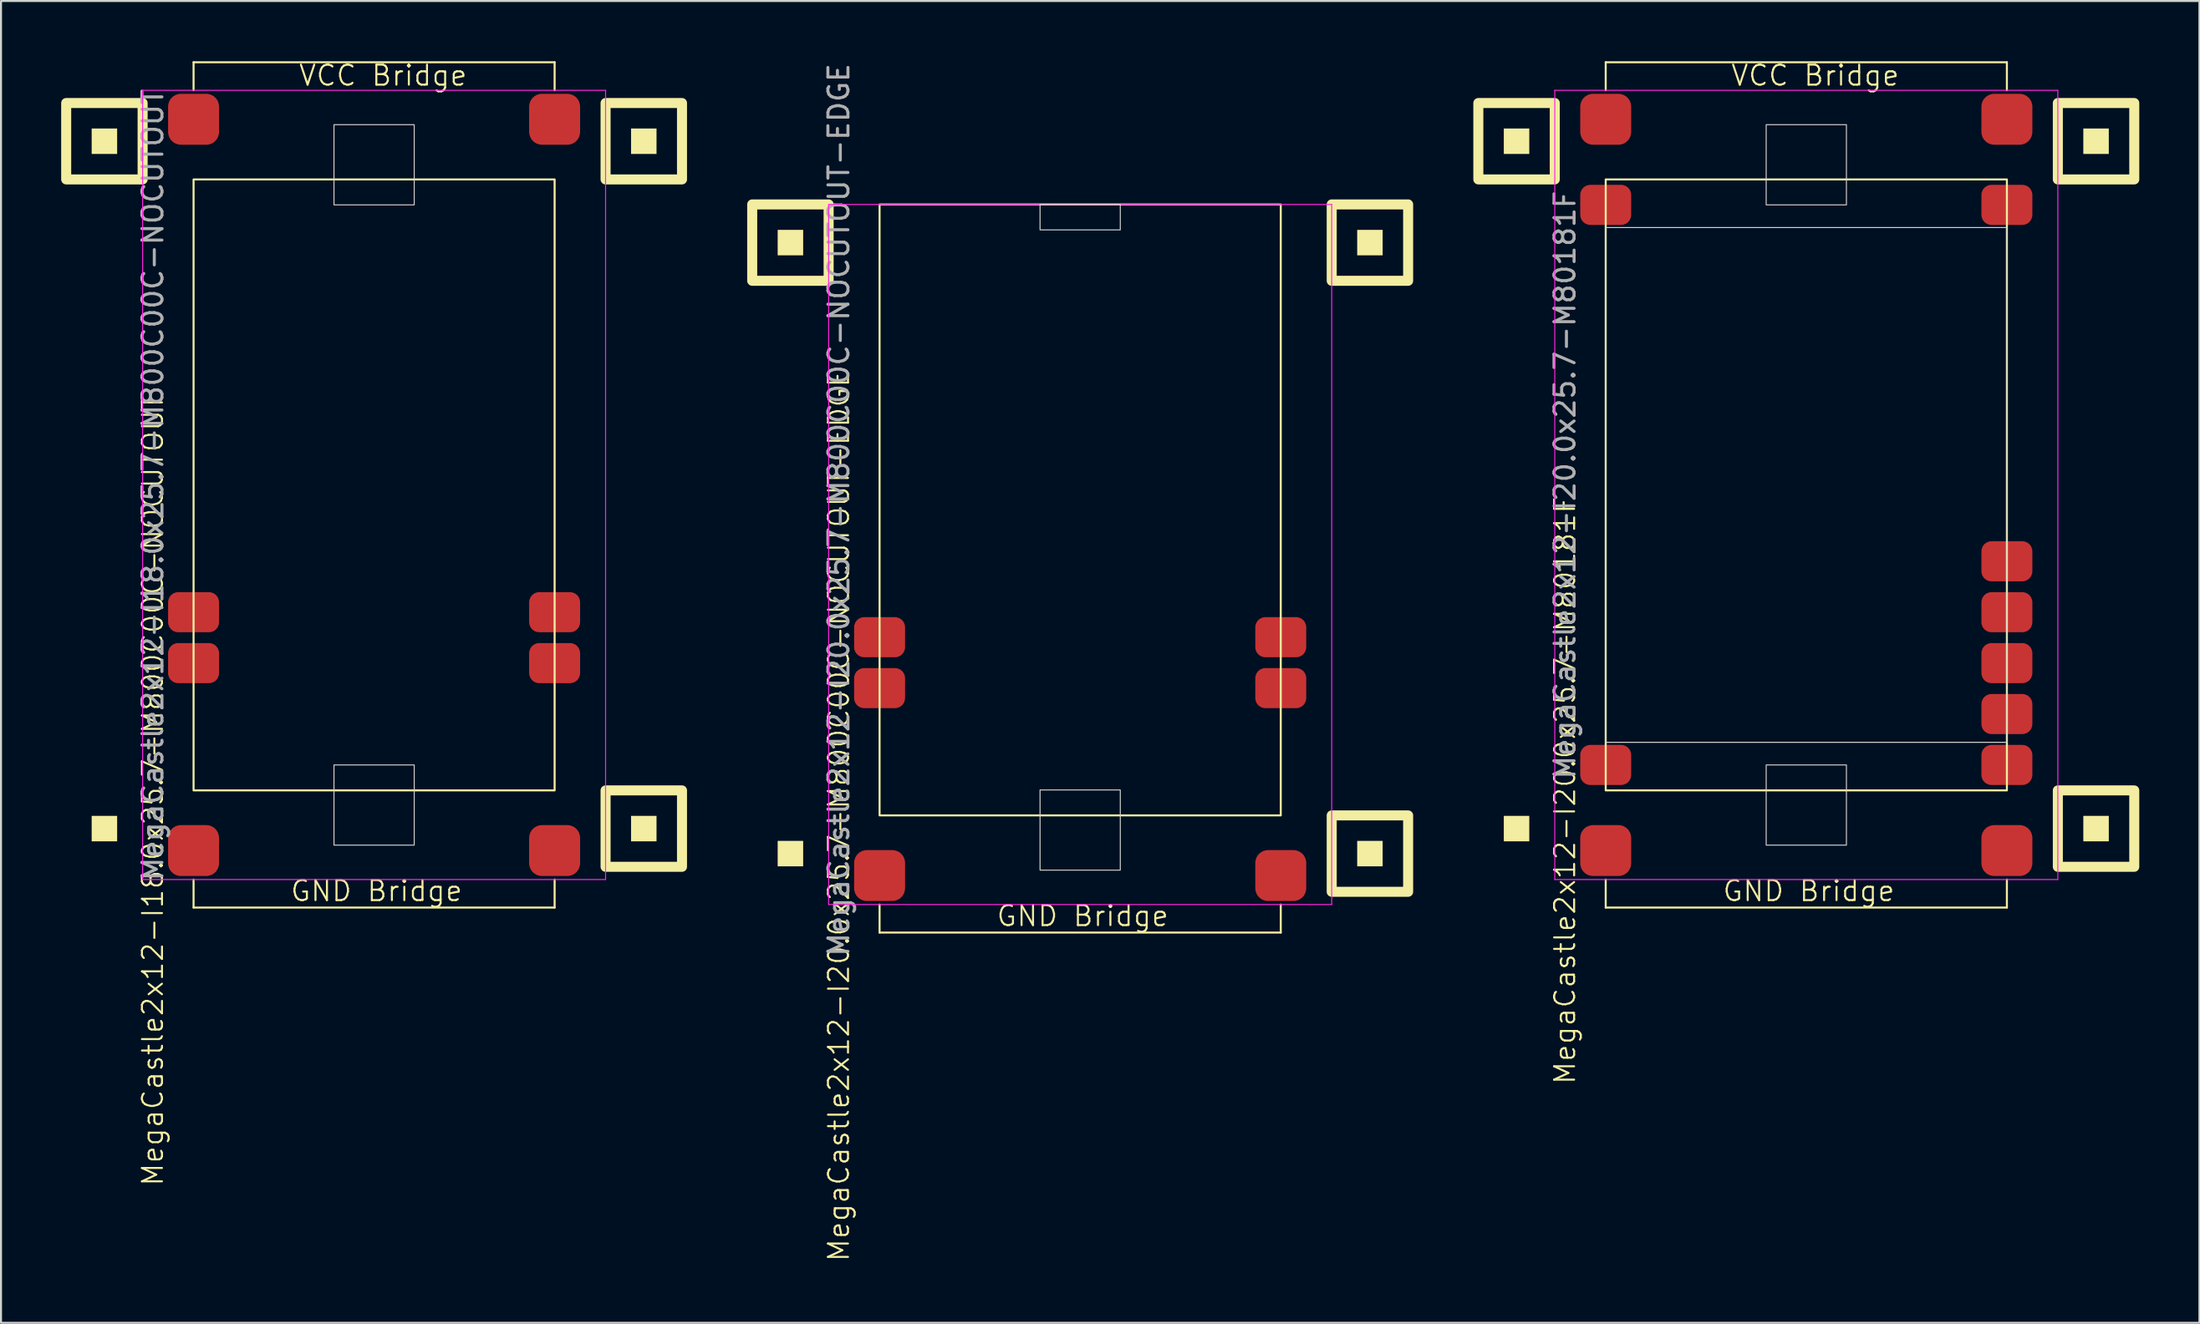
<source format=kicad_pcb>
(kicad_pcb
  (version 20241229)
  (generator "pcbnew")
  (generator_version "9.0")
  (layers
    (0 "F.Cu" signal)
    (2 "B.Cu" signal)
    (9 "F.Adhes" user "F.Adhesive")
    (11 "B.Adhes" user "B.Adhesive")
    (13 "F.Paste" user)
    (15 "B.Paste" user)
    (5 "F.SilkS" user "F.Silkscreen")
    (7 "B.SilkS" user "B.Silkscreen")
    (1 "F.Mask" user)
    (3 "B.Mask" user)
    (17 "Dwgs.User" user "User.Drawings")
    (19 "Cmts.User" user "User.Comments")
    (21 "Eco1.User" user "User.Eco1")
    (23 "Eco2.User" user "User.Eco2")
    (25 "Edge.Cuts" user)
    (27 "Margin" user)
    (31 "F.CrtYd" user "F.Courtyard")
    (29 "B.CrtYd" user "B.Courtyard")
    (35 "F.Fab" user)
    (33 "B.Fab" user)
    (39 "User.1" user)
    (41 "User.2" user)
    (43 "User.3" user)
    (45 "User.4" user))
  (footprint "MegaCastle2x12-I20.0x25.7-M80181F"
    (layer "F.Cu")
    (at 87 21.14)
    (property "Reference" "MegaCastle2x12-I20.0x25.7-M80181F" (at -12.032 15.24 90) (unlocked yes) (layer "F.SilkS") (effects (font (size 1 1) (thickness 0.1))))
    (attr smd)
    (fp_line (start -10 -21.085) (end 10 -21.085) (stroke (width 0.1) (type default)) (layer "F.SilkS"))
    (fp_line (start -10 -19.685) (end -10 -21.085) (stroke (width 0.1) (type default)) (layer "F.SilkS"))
    (fp_line (start -10 19.685) (end -10 21.085) (stroke (width 0.1) (type default)) (layer "F.SilkS"))
    (fp_line (start -10 21.085) (end 10 21.085) (stroke (width 0.1) (type default)) (layer "F.SilkS"))
    (fp_line (start 10 -19.685) (end 10 -21.085) (stroke (width 0.1) (type default)) (layer "F.SilkS"))
    (fp_line (start 10 19.685) (end 10 21.085) (stroke (width 0.1) (type default)) (layer "F.SilkS"))
    (fp_rect (start -13.81 -16.51) (end -15.08 -17.78) (stroke (width 0) (type solid)) (fill yes) (layer "F.SilkS"))
    (fp_rect (start -13.81 17.78) (end -15.08 16.51) (stroke (width 0) (type solid)) (fill yes) (layer "F.SilkS"))
    (fp_rect (start -12.54 -15.24) (end -16.35 -19.05) (stroke (width 0.5) (type default)) (fill no) (layer "F.SilkS"))
    (fp_rect (start -10 -15.24) (end 10 15.24) (stroke (width 0.1) (type default)) (fill no) (layer "F.SilkS"))
    (fp_rect (start 15.08 -16.51) (end 13.81 -17.78) (stroke (width 0) (type solid)) (fill yes) (layer "F.SilkS"))
    (fp_rect (start 15.08 17.78) (end 13.81 16.51) (stroke (width 0) (type solid)) (fill yes) (layer "F.SilkS"))
    (fp_rect (start 16.35 -15.24) (end 12.54 -19.05) (stroke (width 0.5) (type default)) (fill no) (layer "F.SilkS"))
    (fp_rect (start 16.35 19.05) (end 12.54 15.24) (stroke (width 0.5) (type default)) (fill no) (layer "F.SilkS"))
    (fp_rect (start -10 -12.84) (end 10 12.84) (stroke (width 0.05) (type default)) (fill no) (layer "Edge.Cuts"))
    (fp_rect (start -2 -13.97) (end 2 -17.97) (stroke (width 0.05) (type default)) (fill no) (layer "Edge.Cuts"))
    (fp_rect (start -2 13.97) (end 2 17.97) (stroke (width 0.05) (type default)) (fill no) (layer "Edge.Cuts"))
    (fp_line (start -12.54 -19.685) (end -12.54 19.685) (stroke (width 0.05) (type default)) (layer "F.CrtYd"))
    (fp_line (start -12.54 19.685) (end 12.54 19.685) (stroke (width 0.05) (type default)) (layer "F.CrtYd"))
    (fp_line (start 12.54 -19.685) (end -12.54 -19.685) (stroke (width 0.05) (type default)) (layer "F.CrtYd"))
    (fp_line (start 12.54 -19.685) (end 12.54 19.685) (stroke (width 0.05) (type default)) (layer "F.CrtYd"))
    (fp_text user "VCC Bridge" (at -3.81 -19.84 0) (unlocked yes) (layer "F.SilkS") (effects (font (size 1 1) (thickness 0.1)) (justify left bottom)))
    (fp_text user "GND Bridge" (at -4.226 20.84 0) (unlocked yes) (layer "F.SilkS") (effects (font (size 1 1) (thickness 0.1)) (justify left bottom)))
    (fp_text user "${REFERENCE}" (at -12.032 0 90) (unlocked yes) (layer "F.Fab") (effects (font (size 1 1) (thickness 0.15))))
    (pad "1" smd roundrect (at -10 -13.97) (size 2.54 2) (layers "F.Cu" "F.Mask" "F.Paste") (roundrect_rratio 0.25))
    (pad "12" smd roundrect (at -10 13.97) (size 2.54 2) (layers "F.Cu" "F.Mask" "F.Paste") (roundrect_rratio 0.25))
    (pad "13" smd roundrect (at 10 -13.97) (size 2.54 2) (layers "F.Cu" "F.Mask" "F.Paste") (roundrect_rratio 0.25))
    (pad "20" smd roundrect (at 10 3.81) (size 2.54 2) (layers "F.Cu" "F.Mask" "F.Paste") (roundrect_rratio 0.25))
    (pad "21" smd roundrect (at 10 6.35) (size 2.54 2) (layers "F.Cu" "F.Mask" "F.Paste") (roundrect_rratio 0.25))
    (pad "22" smd roundrect (at 10 8.89) (size 2.54 2) (layers "F.Cu" "F.Mask" "F.Paste") (roundrect_rratio 0.25))
    (pad "23" smd roundrect (at 10 11.43) (size 2.54 2) (layers "F.Cu" "F.Mask" "F.Paste") (roundrect_rratio 0.25))
    (pad "24" smd roundrect (at 10 13.97) (size 2.54 2) (layers "F.Cu" "F.Mask" "F.Paste") (roundrect_rratio 0.25))
    (pad "A1" smd roundrect (at -10 -18.24) (size 2.54 2.54) (layers "F.Cu" "F.Mask" "F.Paste") (roundrect_rratio 0.25))
    (pad "A2" smd roundrect (at 10 -18.24) (size 2.54 2.54) (layers "F.Cu" "F.Mask" "F.Paste") (roundrect_rratio 0.25))
    (pad "B1" smd roundrect (at -10 18.24) (size 2.54 2.54) (layers "F.Cu" "F.Mask" "F.Paste") (roundrect_rratio 0.25))
    (pad "B2" smd roundrect (at 10 18.24) (size 2.54 2.54) (layers "F.Cu" "F.Mask" "F.Paste") (roundrect_rratio 0.25)))
  (footprint "MegaCastle2x12-I20.0x25.7-M800C00C-NOCUTOUT-EDGE"
    (layer "F.Cu")
    (at 50.8 22.387)
    (property "Reference" "MegaCastle2x12-I20.0x25.7-M800C00C-NOCUTOUT-EDGE" (at -12.032 15.24 90) (unlocked yes) (layer "F.SilkS") (effects (font (size 1 1) (thickness 0.1))))
    (attr smd)
    (fp_line (start -10 19.685) (end -10 21.085) (stroke (width 0.1) (type default)) (layer "F.SilkS"))
    (fp_line (start -10 21.085) (end 10 21.085) (stroke (width 0.1) (type default)) (layer "F.SilkS"))
    (fp_line (start 10 19.685) (end 10 21.085) (stroke (width 0.1) (type default)) (layer "F.SilkS"))
    (fp_rect (start -13.81 -12.7) (end -15.08 -13.97) (stroke (width 0) (type solid)) (fill yes) (layer "F.SilkS"))
    (fp_rect (start -13.81 17.78) (end -15.08 16.51) (stroke (width 0) (type solid)) (fill yes) (layer "F.SilkS"))
    (fp_rect (start -12.54 -11.43) (end -16.35 -15.24) (stroke (width 0.5) (type default)) (fill no) (layer "F.SilkS"))
    (fp_rect (start -10 -15.24) (end 10 15.24) (stroke (width 0.1) (type default)) (fill no) (layer "F.SilkS"))
    (fp_rect (start 15.08 -12.7) (end 13.81 -13.97) (stroke (width 0) (type solid)) (fill yes) (layer "F.SilkS"))
    (fp_rect (start 15.08 17.78) (end 13.81 16.51) (stroke (width 0) (type solid)) (fill yes) (layer "F.SilkS"))
    (fp_rect (start 16.35 -11.43) (end 12.54 -15.24) (stroke (width 0.5) (type default)) (fill no) (layer "F.SilkS"))
    (fp_rect (start 16.35 19.05) (end 12.54 15.24) (stroke (width 0.5) (type default)) (fill no) (layer "F.SilkS"))
    (fp_rect (start -2 -13.97) (end 2 -15.24) (stroke (width 0.05) (type default)) (fill no) (layer "Edge.Cuts"))
    (fp_rect (start -2 13.97) (end 2 17.97) (stroke (width 0.05) (type default)) (fill no) (layer "Edge.Cuts"))
    (fp_line (start -12.54 -15.24) (end -12.54 19.685) (stroke (width 0.05) (type default)) (layer "F.CrtYd"))
    (fp_line (start -12.54 19.685) (end 12.54 19.685) (stroke (width 0.05) (type default)) (layer "F.CrtYd"))
    (fp_line (start 12.54 -15.24) (end -12.54 -15.24) (stroke (width 0.05) (type default)) (layer "F.CrtYd"))
    (fp_line (start 12.54 -15.24) (end 12.54 19.685) (stroke (width 0.05) (type default)) (layer "F.CrtYd"))
    (fp_text user "GND Bridge" (at -4.226 20.84 0) (unlocked yes) (layer "F.SilkS") (effects (font (size 1 1) (thickness 0.1)) (justify left bottom)))
    (fp_text user "${REFERENCE}" (at -12.032 0 90) (unlocked yes) (layer "F.Fab") (effects (font (size 1 1) (thickness 0.15))))
    (pad "9" smd roundrect (at -10 6.35) (size 2.54 2) (layers "F.Cu" "F.Mask" "F.Paste") (roundrect_rratio 0.25))
    (pad "10" smd roundrect (at -10 8.89) (size 2.54 2) (layers "F.Cu" "F.Mask" "F.Paste") (roundrect_rratio 0.25))
    (pad "21" smd roundrect (at 10 6.35) (size 2.54 2) (layers "F.Cu" "F.Mask" "F.Paste") (roundrect_rratio 0.25))
    (pad "22" smd roundrect (at 10 8.89) (size 2.54 2) (layers "F.Cu" "F.Mask" "F.Paste") (roundrect_rratio 0.25))
    (pad "B1" smd roundrect (at -10 18.24) (size 2.54 2.54) (layers "F.Cu" "F.Mask" "F.Paste") (roundrect_rratio 0.25))
    (pad "B2" smd roundrect (at 10 18.24) (size 2.54 2.54) (layers "F.Cu" "F.Mask" "F.Paste") (roundrect_rratio 0.25)))
  (footprint "MegaCastle2x12-I18.0x25.7-M800C00C-NOCUTOUT"
    (layer "F.Cu")
    (at 15.6 21.14)
    (property "Reference" "MegaCastle2x12-I18.0x25.7-M800C00C-NOCUTOUT" (at -11.032 15.24 90) (unlocked yes) (layer "F.SilkS") (effects (font (size 1 1) (thickness 0.1))))
    (attr smd)
    (fp_line (start -9 -21.085) (end 9 -21.085) (stroke (width 0.1) (type default)) (layer "F.SilkS"))
    (fp_line (start -9 -19.685) (end -9 -21.085) (stroke (width 0.1) (type default)) (layer "F.SilkS"))
    (fp_line (start -9 19.685) (end -9 21.085) (stroke (width 0.1) (type default)) (layer "F.SilkS"))
    (fp_line (start -9 21.085) (end 9 21.085) (stroke (width 0.1) (type default)) (layer "F.SilkS"))
    (fp_line (start 9 -19.685) (end 9 -21.085) (stroke (width 0.1) (type default)) (layer "F.SilkS"))
    (fp_line (start 9 19.685) (end 9 21.085) (stroke (width 0.1) (type default)) (layer "F.SilkS"))
    (fp_rect (start -12.81 -16.51) (end -14.08 -17.78) (stroke (width 0) (type solid)) (fill yes) (layer "F.SilkS"))
    (fp_rect (start -12.81 17.78) (end -14.08 16.51) (stroke (width 0) (type solid)) (fill yes) (layer "F.SilkS"))
    (fp_rect (start -11.54 -15.24) (end -15.35 -19.05) (stroke (width 0.5) (type default)) (fill no) (layer "F.SilkS"))
    (fp_rect (start -9 -15.24) (end 9 15.24) (stroke (width 0.1) (type default)) (fill no) (layer "F.SilkS"))
    (fp_rect (start 14.08 -16.51) (end 12.81 -17.78) (stroke (width 0) (type solid)) (fill yes) (layer "F.SilkS"))
    (fp_rect (start 14.08 17.78) (end 12.81 16.51) (stroke (width 0) (type solid)) (fill yes) (layer "F.SilkS"))
    (fp_rect (start 15.35 -15.24) (end 11.54 -19.05) (stroke (width 0.5) (type default)) (fill no) (layer "F.SilkS"))
    (fp_rect (start 15.35 19.05) (end 11.54 15.24) (stroke (width 0.5) (type default)) (fill no) (layer "F.SilkS"))
    (fp_rect (start -2 -13.97) (end 2 -17.97) (stroke (width 0.05) (type default)) (fill no) (layer "Edge.Cuts"))
    (fp_rect (start -2 13.97) (end 2 17.97) (stroke (width 0.05) (type default)) (fill no) (layer "Edge.Cuts"))
    (fp_line (start -11.54 -19.685) (end -11.54 19.685) (stroke (width 0.05) (type default)) (layer "F.CrtYd"))
    (fp_line (start -11.54 19.685) (end 11.54 19.685) (stroke (width 0.05) (type default)) (layer "F.CrtYd"))
    (fp_line (start 11.54 -19.685) (end -11.54 -19.685) (stroke (width 0.05) (type default)) (layer "F.CrtYd"))
    (fp_line (start 11.54 -19.685) (end 11.54 19.685) (stroke (width 0.05) (type default)) (layer "F.CrtYd"))
    (fp_text user "GND Bridge" (at -4.226 20.84 0) (unlocked yes) (layer "F.SilkS") (effects (font (size 1 1) (thickness 0.1)) (justify left bottom)))
    (fp_text user "VCC Bridge" (at -3.81 -19.84 0) (unlocked yes) (layer "F.SilkS") (effects (font (size 1 1) (thickness 0.1)) (justify left bottom)))
    (fp_text user "${REFERENCE}" (at -11.032 0 90) (unlocked yes) (layer "F.Fab") (effects (font (size 1 1) (thickness 0.15))))
    (pad "9" smd roundrect (at -9 6.35) (size 2.54 2) (layers "F.Cu" "F.Mask" "F.Paste") (roundrect_rratio 0.25))
    (pad "10" smd roundrect (at -9 8.89) (size 2.54 2) (layers "F.Cu" "F.Mask" "F.Paste") (roundrect_rratio 0.25))
    (pad "21" smd roundrect (at 9 6.35) (size 2.54 2) (layers "F.Cu" "F.Mask" "F.Paste") (roundrect_rratio 0.25))
    (pad "22" smd roundrect (at 9 8.89) (size 2.54 2) (layers "F.Cu" "F.Mask" "F.Paste") (roundrect_rratio 0.25))
    (pad "A1" smd roundrect (at -9 -18.24) (size 2.54 2.54) (layers "F.Cu" "F.Mask" "F.Paste") (roundrect_rratio 0.25))
    (pad "A2" smd roundrect (at 9 -18.24) (size 2.54 2.54) (layers "F.Cu" "F.Mask" "F.Paste") (roundrect_rratio 0.25))
    (pad "B1" smd roundrect (at -9 18.24) (size 2.54 2.54) (layers "F.Cu" "F.Mask" "F.Paste") (roundrect_rratio 0.25))
    (pad "B2" smd roundrect (at 9 18.24) (size 2.54 2.54) (layers "F.Cu" "F.Mask" "F.Paste") (roundrect_rratio 0.25)))
  (gr_rect
    (start -3 -3)
    (end 106.6 62.939)
    (stroke (width 0.1) (type default))
    (fill no)
    (layer "Edge.Cuts")))
</source>
